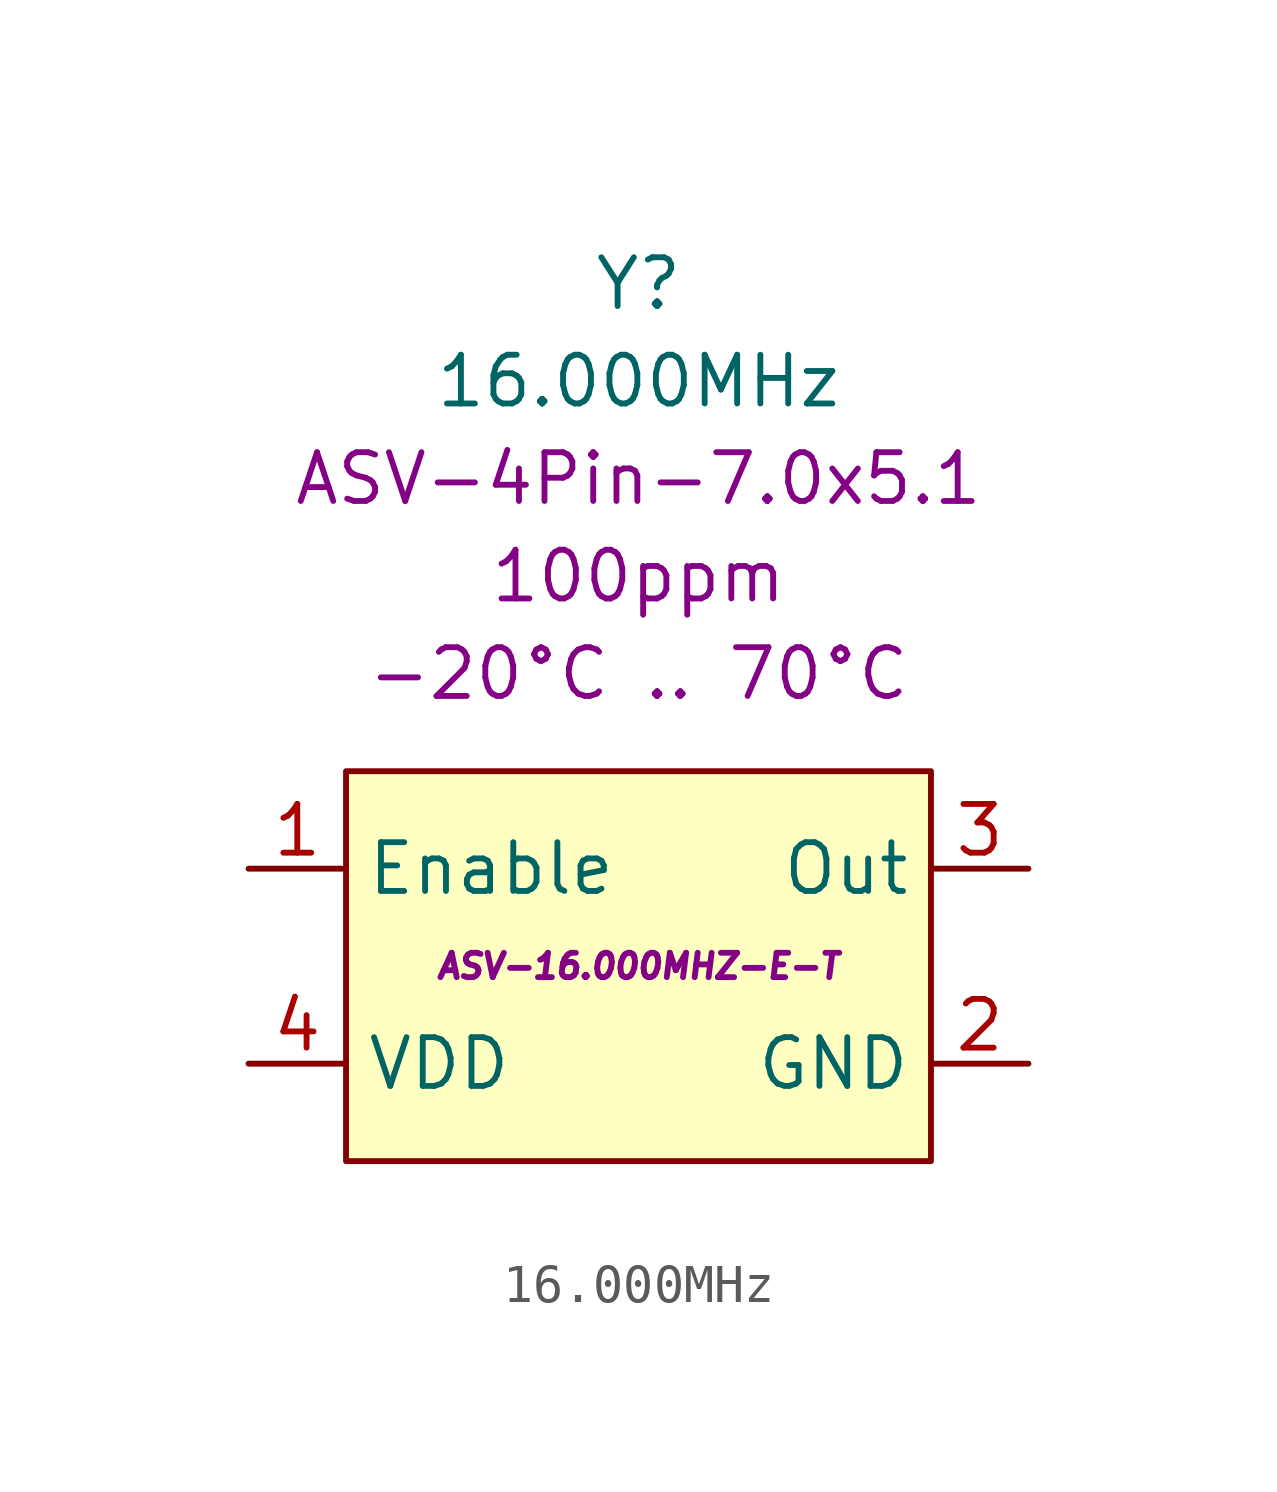
<source format=kicad_sym>
(kicad_symbol_lib
  (version 20211014)
  (generator kicad_symbol_editor)
  (symbol "16.000MHz"
    (property "Reference" "Y"
      (at 0 17.78 0)
      (effects (font (size 1.27 1.27))))
    (property "Value" "16.000MHz"
      (at 0 15.24 0)
      (effects (font (size 1.27 1.27))))
    (property "Package" "ASV-4Pin-7.0x5.1"
      (at 0 12.7 0)
      (effects (font (size 1.27 1.27))))
    (property "MPN" "ASV-16.000MHZ-E-T"
      (at 0 0 0)
      (effects (font (size 0.635 0.635) italic)))
    (property "Temperature" "-20°C .. 70°C"
      (at 0 7.62 0)
      (effects (font (size 1.27 1.27))))
    (property "Stability" "100ppm"
      (at 0 10.16 0)
      (effects (font (size 1.27 1.27))))
    (symbol "16.000MHz_0_0"
      (rectangle (start -7.62 5.08) (end 7.62 -5.08) (stroke (width 0) (type default) (color 0 0 0 0)) (fill (type background))))
    (symbol "16.000MHz_1_1"
      (pin input line (at -10.16 2.54 0) (length 2.54) (name "Enable" (effects (font (size 1.27 1.27)))) (number "1" (effects (font (size 1.27 1.27)))))
      (pin power_in line (at 10.16 -2.54 180) (length 2.54) (name "GND" (effects (font (size 1.27 1.27)))) (number "2" (effects (font (size 1.27 1.27)))))
      (pin output line (at 10.16 2.54 180) (length 2.54) (name "Out" (effects (font (size 1.27 1.27)))) (number "3" (effects (font (size 1.27 1.27)))))
      (pin power_in line (at -10.16 -2.54 0) (length 2.54) (name "VDD" (effects (font (size 1.27 1.27)))) (number "4" (effects (font (size 1.27 1.27))))))))
</source>
